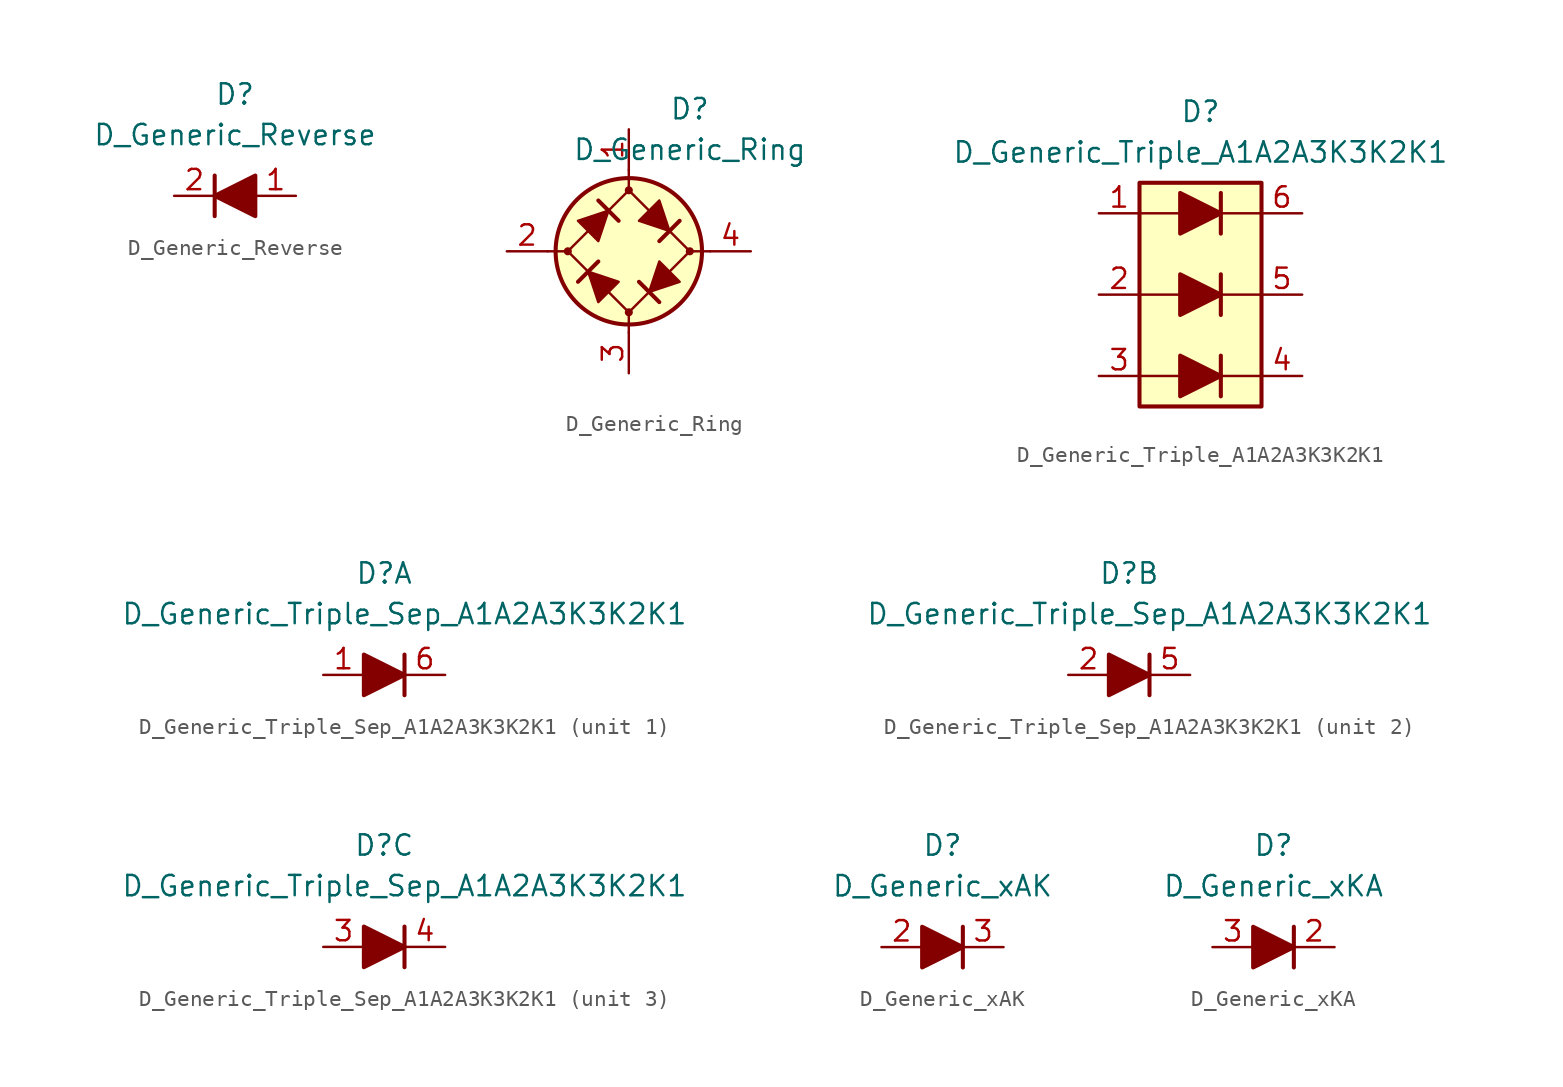
<source format=kicad_sym>
(kicad_symbol_lib
  (version 20210619)
  (generator kicad_symbol_editor)
  (symbol "Diode_AKL:D_Generic_Reverse"
    (pin_names
      (offset 1.016) hide)
    (property "Reference" "D"
      (at 0 6.35 0)
      (effects (font (size 1.27 1.27))))
    (property "Value" "D_Generic_Reverse"
      (at 0 3.81 0)
      (effects (font (size 1.27 1.27))))
    (symbol "D_Generic_Reverse_0_1"
      (polyline (pts (xy -1.27 1.27) (xy -1.27 -1.27)) (stroke (width 0.254)) (fill (type none)))
      (polyline (pts (xy 1.27 0) (xy -1.27 0)) (stroke (width 0)) (fill (type none)))
      (polyline (pts (xy 1.27 1.27) (xy 1.27 -1.27) (xy -1.27 0) (xy 1.27 1.27)) (stroke (width 0.254)) (fill (type outline))))
    (symbol "D_Generic_Reverse_1_1"
      (pin passive line (at 3.81 0 180) (length 2.54) (name "A" (effects (font (size 1.27 1.27)))) (number "1" (effects (font (size 1.27 1.27)))))
      (pin passive line (at -3.81 0 0) (length 2.54) (name "K" (effects (font (size 1.27 1.27)))) (number "2" (effects (font (size 1.27 1.27)))))))
  (symbol "Diode_AKL:D_Generic_Ring"
    (pin_names
      (offset 1.016) hide)
    (property "Reference" "D"
      (at 3.81 8.89 0)
      (effects (font (size 1.27 1.27))))
    (property "Value" "D_Generic_Ring"
      (at 3.81 6.35 0)
      (effects (font (size 1.27 1.27))))
    (symbol "D_Generic_Ring_0_1"
      (circle (center -3.81 0) (radius 0.178) (stroke (width 0)) (fill (type outline)))
      (circle (center 0 0) (radius 4.572) (stroke (width 0.254)) (fill (type background)))
      (polyline (pts (xy -5.08 0) (xy -3.81 0)) (stroke (width 0)) (fill (type none)))
      (polyline (pts (xy -1.905 -0.635) (xy -3.175 -1.905)) (stroke (width 0.254)) (fill (type none)))
      (polyline (pts (xy -1.905 3.175) (xy -0.635 1.905)) (stroke (width 0.254)) (fill (type none)))
      (polyline (pts (xy 0 -5.08) (xy 0 -3.81)) (stroke (width 0)) (fill (type none)))
      (polyline (pts (xy 0 5.08) (xy 0 3.81)) (stroke (width 0)) (fill (type none)))
      (polyline (pts (xy 0.635 -1.905) (xy 1.905 -3.175)) (stroke (width 0.254)) (fill (type none)))
      (polyline (pts (xy 3.175 1.905) (xy 1.905 0.635)) (stroke (width 0.254)) (fill (type none)))
      (polyline (pts (xy 5.08 0) (xy 3.81 0)) (stroke (width 0)) (fill (type none)))
      (polyline (pts (xy 0 3.81) (xy -3.81 0) (xy 0 -3.81) (xy 3.81 0) (xy 0 3.81)) (stroke (width 0)) (fill (type none)))
      (polyline (pts (xy -2.54 -1.27) (xy -1.905 -3.175) (xy -0.635 -1.905) (xy -2.54 -1.27)) (stroke (width 0)) (fill (type outline)))
      (polyline (pts (xy -1.27 2.54) (xy -1.905 0.635) (xy -3.175 1.905) (xy -1.27 2.54)) (stroke (width 0)) (fill (type outline)))
      (polyline (pts (xy 1.27 -2.54) (xy 3.175 -1.905) (xy 1.905 -0.635) (xy 1.27 -2.54)) (stroke (width 0)) (fill (type outline)))
      (polyline (pts (xy 2.54 1.27) (xy 0.635 1.905) (xy 1.905 3.175) (xy 2.54 1.27)) (stroke (width 0)) (fill (type outline))))
    (symbol "D_Generic_Ring_1_1"
      (circle (center 0 -3.81) (radius 0.178) (stroke (width 0)) (fill (type outline)))
      (circle (center 0 3.81) (radius 0.178) (stroke (width 0)) (fill (type outline)))
      (circle (center 3.81 0) (radius 0.178) (stroke (width 0)) (fill (type outline)))
      (pin passive line (at 0 7.62 270) (length 2.54) (name "+" (effects (font (size 1.27 1.27)))) (number "1" (effects (font (size 1.27 1.27)))))
      (pin passive line (at -7.62 0 0) (length 2.54) (name "1" (effects (font (size 1.27 1.27)))) (number "2" (effects (font (size 1.27 1.27)))))
      (pin passive line (at 0 -7.62 90) (length 2.54) (name "-" (effects (font (size 1.27 1.27)))) (number "3" (effects (font (size 1.27 1.27)))))
      (pin passive line (at 7.62 0 180) (length 2.54) (name "2" (effects (font (size 1.27 1.27)))) (number "4" (effects (font (size 1.27 1.27)))))))
  (symbol "Diode_AKL:D_Generic_Triple_A1A2A3K3K2K1"
    (pin_names
      (offset 1.016) hide)
    (property "Reference" "D"
      (at 0 11.43 0)
      (effects (font (size 1.27 1.27))))
    (property "Value" "D_Generic_Triple_A1A2A3K3K2K1"
      (at 0 8.89 0)
      (effects (font (size 1.27 1.27))))
    (symbol "D_Generic_Triple_A1A2A3K3K2K1_0_1"
      (rectangle (start -3.81 6.985) (end 3.81 -6.985) (stroke (width 0.254)) (fill (type background)))
      (polyline (pts (xy -3.81 -5.08) (xy -1.27 -5.08)) (stroke (width 0)) (fill (type none)))
      (polyline (pts (xy -3.81 0) (xy -1.27 0)) (stroke (width 0)) (fill (type none)))
      (polyline (pts (xy -3.81 5.08) (xy -1.27 5.08)) (stroke (width 0)) (fill (type none)))
      (polyline (pts (xy 1.27 -5.08) (xy 3.81 -5.08)) (stroke (width 0)) (fill (type none)))
      (polyline (pts (xy 1.27 -3.81) (xy 1.27 -6.35)) (stroke (width 0.254)) (fill (type none)))
      (polyline (pts (xy 1.27 0) (xy 3.81 0)) (stroke (width 0)) (fill (type none)))
      (polyline (pts (xy 1.27 1.27) (xy 1.27 -1.27)) (stroke (width 0.254)) (fill (type none)))
      (polyline (pts (xy 1.27 5.08) (xy 3.81 5.08)) (stroke (width 0)) (fill (type none)))
      (polyline (pts (xy 1.27 6.35) (xy 1.27 3.81)) (stroke (width 0.254)) (fill (type none))))
    (symbol "D_Generic_Triple_A1A2A3K3K2K1_1_1"
      (polyline (pts (xy -1.27 -5.08) (xy 1.27 -5.08)) (stroke (width 0)) (fill (type none)))
      (polyline (pts (xy -1.27 0) (xy 1.27 0)) (stroke (width 0)) (fill (type none)))
      (polyline (pts (xy -1.27 5.08) (xy 1.27 5.08)) (stroke (width 0)) (fill (type none)))
      (polyline (pts (xy -1.27 -3.81) (xy -1.27 -6.35) (xy 1.27 -5.08) (xy -1.27 -3.81)) (stroke (width 0.254)) (fill (type outline)))
      (polyline (pts (xy -1.27 1.27) (xy -1.27 -1.27) (xy 1.27 0) (xy -1.27 1.27)) (stroke (width 0.254)) (fill (type outline)))
      (polyline (pts (xy -1.27 6.35) (xy -1.27 3.81) (xy 1.27 5.08) (xy -1.27 6.35)) (stroke (width 0.254)) (fill (type outline)))
      (pin passive line (at -6.35 5.08 0) (length 2.54) (name "A1" (effects (font (size 1.27 1.27)))) (number "1" (effects (font (size 1.27 1.27)))))
      (pin passive line (at -6.35 0 0) (length 2.54) (name "A2" (effects (font (size 1.27 1.27)))) (number "2" (effects (font (size 1.27 1.27)))))
      (pin passive line (at -6.35 -5.08 0) (length 2.54) (name "A3" (effects (font (size 1.27 1.27)))) (number "3" (effects (font (size 1.27 1.27)))))
      (pin passive line (at 6.35 -5.08 180) (length 2.54) (name "K3" (effects (font (size 1.27 1.27)))) (number "4" (effects (font (size 1.27 1.27)))))
      (pin passive line (at 6.35 0 180) (length 2.54) (name "K2" (effects (font (size 1.27 1.27)))) (number "5" (effects (font (size 1.27 1.27)))))
      (pin passive line (at 6.35 5.08 180) (length 2.54) (name "K1" (effects (font (size 1.27 1.27)))) (number "6" (effects (font (size 1.27 1.27)))))))
  (symbol "Diode_AKL:D_Generic_Triple_Sep_A1A2A3K3K2K1"
    (pin_names
      (offset 1.016) hide)
    (property "Reference" "D"
      (at 0 6.35 0)
      (effects (font (size 1.27 1.27))))
    (property "Value" "D_Generic_Triple_Sep_A1A2A3K3K2K1"
      (at 1.27 3.81 0)
      (effects (font (size 1.27 1.27))))
    (symbol "D_Generic_Triple_Sep_A1A2A3K3K2K1_0_1"
      (polyline (pts (xy 1.27 1.27) (xy 1.27 -1.27)) (stroke (width 0.254)) (fill (type none))))
    (symbol "D_Generic_Triple_Sep_A1A2A3K3K2K1_1_1"
      (polyline (pts (xy -1.27 0) (xy 1.27 0)) (stroke (width 0)) (fill (type none)))
      (polyline (pts (xy -1.27 1.27) (xy -1.27 -1.27) (xy 1.27 0) (xy -1.27 1.27)) (stroke (width 0.254)) (fill (type outline)))
      (pin passive line (at -3.81 0 0) (length 2.54) (name "A3" (effects (font (size 1.27 1.27)))) (number "1" (effects (font (size 1.27 1.27)))))
      (pin passive line (at 3.81 0 180) (length 2.54) (name "K3" (effects (font (size 1.27 1.27)))) (number "6" (effects (font (size 1.27 1.27))))))
    (symbol "D_Generic_Triple_Sep_A1A2A3K3K2K1_2_1"
      (polyline (pts (xy -1.27 0) (xy 1.27 0)) (stroke (width 0)) (fill (type none)))
      (polyline (pts (xy -1.27 1.27) (xy -1.27 -1.27) (xy 1.27 0) (xy -1.27 1.27)) (stroke (width 0.254)) (fill (type outline)))
      (pin passive line (at -3.81 0 0) (length 2.54) (name "A2" (effects (font (size 1.27 1.27)))) (number "2" (effects (font (size 1.27 1.27)))))
      (pin passive line (at 3.81 0 180) (length 2.54) (name "K2" (effects (font (size 1.27 1.27)))) (number "5" (effects (font (size 1.27 1.27))))))
    (symbol "D_Generic_Triple_Sep_A1A2A3K3K2K1_3_1"
      (polyline (pts (xy -1.27 0) (xy 1.27 0)) (stroke (width 0)) (fill (type none)))
      (polyline (pts (xy -1.27 1.27) (xy -1.27 -1.27) (xy 1.27 0) (xy -1.27 1.27)) (stroke (width 0.254)) (fill (type outline)))
      (pin passive line (at -3.81 0 0) (length 2.54) (name "A3" (effects (font (size 1.27 1.27)))) (number "3" (effects (font (size 1.27 1.27)))))
      (pin passive line (at 3.81 0 180) (length 2.54) (name "K3" (effects (font (size 1.27 1.27)))) (number "4" (effects (font (size 1.27 1.27)))))))
  (symbol "Diode_AKL:D_Generic_xAK"
    (pin_names
      (offset 1.016) hide)
    (property "Reference" "D"
      (at 0 6.35 0)
      (effects (font (size 1.27 1.27))))
    (property "Value" "D_Generic_xAK"
      (at 0 3.81 0)
      (effects (font (size 1.27 1.27))))
    (symbol "D_Generic_xAK_0_1"
      (polyline (pts (xy -1.27 0) (xy 1.27 0)) (stroke (width 0)) (fill (type none)))
      (polyline (pts (xy 1.27 1.27) (xy 1.27 -1.27)) (stroke (width 0.254)) (fill (type none)))
      (polyline (pts (xy -1.27 1.27) (xy -1.27 -1.27) (xy 1.27 0) (xy -1.27 1.27)) (stroke (width 0.254)) (fill (type outline))))
    (symbol "D_Generic_xAK_1_1"
      (pin passive line (at -3.81 0 0) (length 2.54) (name "A" (effects (font (size 1.27 1.27)))) (number "2" (effects (font (size 1.27 1.27)))))
      (pin passive line (at 3.81 0 180) (length 2.54) (name "K" (effects (font (size 1.27 1.27)))) (number "3" (effects (font (size 1.27 1.27)))))))
  (symbol "Diode_AKL:D_Generic_xKA"
    (pin_names
      (offset 1.016) hide)
    (property "Reference" "D"
      (at 0 6.35 0)
      (effects (font (size 1.27 1.27))))
    (property "Value" "D_Generic_xKA"
      (at 0 3.81 0)
      (effects (font (size 1.27 1.27))))
    (symbol "D_Generic_xKA_0_1"
      (polyline (pts (xy -1.27 0) (xy 1.27 0)) (stroke (width 0)) (fill (type none)))
      (polyline (pts (xy 1.27 1.27) (xy 1.27 -1.27)) (stroke (width 0.254)) (fill (type none)))
      (polyline (pts (xy -1.27 1.27) (xy -1.27 -1.27) (xy 1.27 0) (xy -1.27 1.27)) (stroke (width 0.254)) (fill (type outline))))
    (symbol "D_Generic_xKA_1_1"
      (pin passive line (at 3.81 0 180) (length 2.54) (name "K" (effects (font (size 1.27 1.27)))) (number "2" (effects (font (size 1.27 1.27)))))
      (pin passive line (at -3.81 0 0) (length 2.54) (name "A" (effects (font (size 1.27 1.27)))) (number "3" (effects (font (size 1.27 1.27))))))))
</source>
